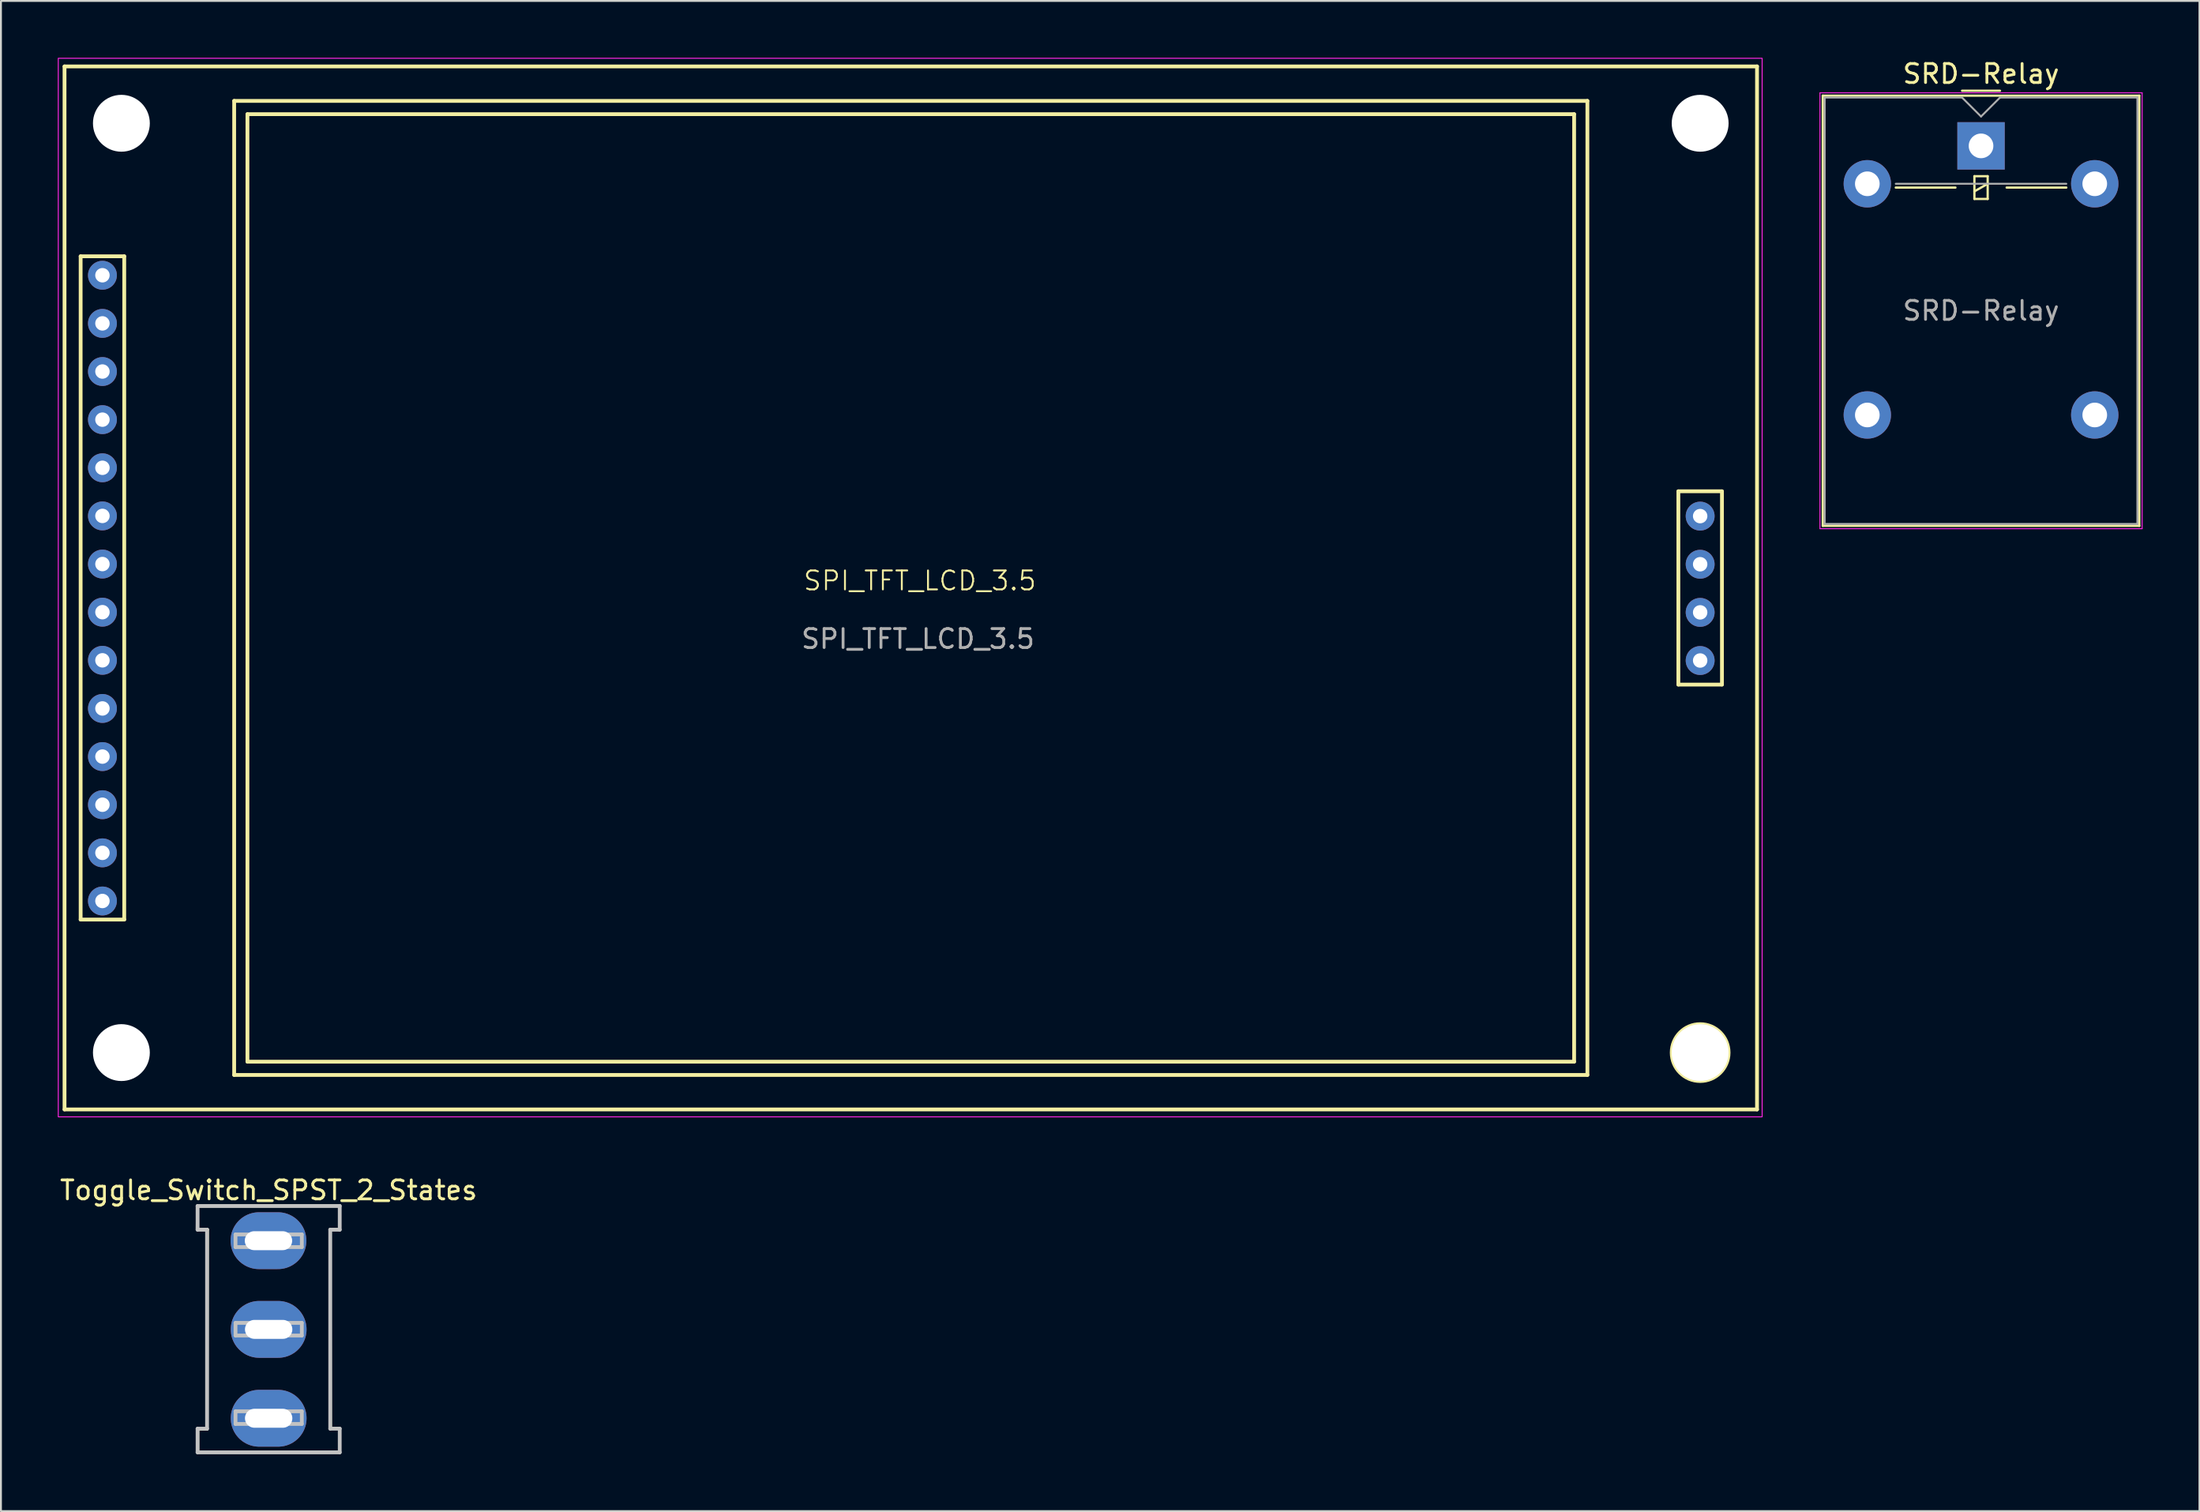
<source format=kicad_pcb>
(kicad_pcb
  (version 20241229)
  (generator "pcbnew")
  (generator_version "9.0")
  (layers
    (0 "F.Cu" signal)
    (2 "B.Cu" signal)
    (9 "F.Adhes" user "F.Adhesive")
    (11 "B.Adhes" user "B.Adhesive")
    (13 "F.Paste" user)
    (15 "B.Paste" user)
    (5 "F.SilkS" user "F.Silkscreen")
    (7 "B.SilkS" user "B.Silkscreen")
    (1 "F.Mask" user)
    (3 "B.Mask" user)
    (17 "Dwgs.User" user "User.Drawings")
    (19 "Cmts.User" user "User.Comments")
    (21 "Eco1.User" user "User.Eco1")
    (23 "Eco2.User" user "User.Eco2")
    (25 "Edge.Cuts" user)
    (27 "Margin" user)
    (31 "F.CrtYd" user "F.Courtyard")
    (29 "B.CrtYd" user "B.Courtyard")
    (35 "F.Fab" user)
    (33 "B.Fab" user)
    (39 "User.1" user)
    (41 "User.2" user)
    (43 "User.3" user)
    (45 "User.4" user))
  (footprint "SPI_TFT_LCD_3.5"
    (layer "F.Cu")
    (at 45.345 28.385)
    (property "Reference" "SPI_TFT_LCD_3.5" (at 0.14 -0.79 0) (unlocked yes) (layer "F.SilkS") (effects (font (size 1 1) (thickness 0.1))))
    (attr through_hole)
    (fp_line (start -44.99 -27.93) (end 44.31 -27.93) (stroke (width 0.2) (type solid)) (layer "F.SilkS"))
    (fp_line (start -44.99 27.11) (end -44.99 -27.93) (stroke (width 0.2) (type solid)) (layer "F.SilkS"))
    (fp_line (start -44.14 -17.91) (end -41.84 -17.91) (stroke (width 0.2) (type solid)) (layer "F.SilkS"))
    (fp_line (start -44.14 17.09) (end -44.14 -17.91) (stroke (width 0.2) (type solid)) (layer "F.SilkS"))
    (fp_line (start -41.84 -17.91) (end -41.84 17.09) (stroke (width 0.2) (type solid)) (layer "F.SilkS"))
    (fp_line (start -41.84 17.09) (end -44.14 17.09) (stroke (width 0.2) (type solid)) (layer "F.SilkS"))
    (fp_line (start -36.04 -26.11) (end -36.04 25.29) (stroke (width 0.2) (type solid)) (layer "F.SilkS"))
    (fp_line (start -36.04 25.29) (end 35.36 25.29) (stroke (width 0.2) (type solid)) (layer "F.SilkS"))
    (fp_line (start -35.34 -25.41) (end -35.34 24.59) (stroke (width 0.2) (type solid)) (layer "F.SilkS"))
    (fp_line (start -35.34 24.59) (end 34.66 24.59) (stroke (width 0.2) (type solid)) (layer "F.SilkS"))
    (fp_line (start 34.66 -25.41) (end -35.34 -25.41) (stroke (width 0.2) (type solid)) (layer "F.SilkS"))
    (fp_line (start 34.66 24.59) (end 34.66 -25.41) (stroke (width 0.2) (type solid)) (layer "F.SilkS"))
    (fp_line (start 35.36 -26.11) (end -36.04 -26.11) (stroke (width 0.2) (type solid)) (layer "F.SilkS"))
    (fp_line (start 35.36 25.29) (end 35.36 -26.11) (stroke (width 0.2) (type solid)) (layer "F.SilkS"))
    (fp_line (start 40.16 -5.51) (end 42.46 -5.51) (stroke (width 0.2) (type solid)) (layer "F.SilkS"))
    (fp_line (start 40.16 4.69) (end 40.16 -5.51) (stroke (width 0.2) (type solid)) (layer "F.SilkS"))
    (fp_line (start 42.46 -5.51) (end 42.46 4.69) (stroke (width 0.2) (type solid)) (layer "F.SilkS"))
    (fp_line (start 42.46 4.69) (end 40.16 4.69) (stroke (width 0.2) (type solid)) (layer "F.SilkS"))
    (fp_line (start 44.31 -27.93) (end 44.31 27.11) (stroke (width 0.2) (type solid)) (layer "F.SilkS"))
    (fp_line (start 44.31 27.11) (end -44.99 27.11) (stroke (width 0.2) (type solid)) (layer "F.SilkS"))
    (fp_circle (center 41.31 24.11) (end 42.81 24.11) (stroke (width 0.2) (type solid)) (fill no) (layer "F.SilkS"))
    (fp_rect (start -45.32 -28.36) (end 44.58 27.5) (stroke (width 0.05) (type default)) (fill no) (layer "F.CrtYd"))
    (fp_text user "${REFERENCE}" (at 0.04 2.28 0) (unlocked yes) (layer "F.Fab") (effects (font (size 1 1) (thickness 0.15))))
    (pad "" np_thru_hole circle (at -41.99 -24.93) (size 3 3) (drill 3) (layers "*.Cu" "*.Mask"))
    (pad "" np_thru_hole circle (at -41.99 24.11) (size 3 3) (drill 3) (layers "*.Cu" "*.Mask"))
    (pad "" np_thru_hole circle (at 41.31 -24.93) (size 3 3) (drill 3) (layers "*.Cu" "*.Mask"))
    (pad "" np_thru_hole circle (at 41.31 24.11) (size 3 3) (drill 3) (layers "*.Cu" "*.Mask"))
    (pad "1" thru_hole circle (at -42.99 -16.91) (size 1.524 1.524) (drill 0.762) (layers "*.Cu" "*.Mask"))
    (pad "2" thru_hole circle (at -42.99 -14.37) (size 1.524 1.524) (drill 0.762) (layers "*.Cu" "*.Mask"))
    (pad "3" thru_hole circle (at -42.99 -11.83) (size 1.524 1.524) (drill 0.762) (layers "*.Cu" "*.Mask"))
    (pad "4" thru_hole circle (at -42.99 -9.29) (size 1.524 1.524) (drill 0.762) (layers "*.Cu" "*.Mask"))
    (pad "5" thru_hole circle (at -42.99 -6.75) (size 1.524 1.524) (drill 0.762) (layers "*.Cu" "*.Mask"))
    (pad "6" thru_hole circle (at -42.99 -4.21) (size 1.524 1.524) (drill 0.762) (layers "*.Cu" "*.Mask"))
    (pad "7" thru_hole circle (at -42.99 -1.67) (size 1.524 1.524) (drill 0.762) (layers "*.Cu" "*.Mask"))
    (pad "8" thru_hole circle (at -42.99 0.87) (size 1.524 1.524) (drill 0.762) (layers "*.Cu" "*.Mask"))
    (pad "9" thru_hole circle (at -42.99 3.41) (size 1.524 1.524) (drill 0.762) (layers "*.Cu" "*.Mask"))
    (pad "10" thru_hole circle (at -42.99 5.95) (size 1.524 1.524) (drill 0.762) (layers "*.Cu" "*.Mask"))
    (pad "11" thru_hole circle (at -42.99 8.49) (size 1.524 1.524) (drill 0.762) (layers "*.Cu" "*.Mask"))
    (pad "12" thru_hole circle (at -42.99 11.03) (size 1.524 1.524) (drill 0.762) (layers "*.Cu" "*.Mask"))
    (pad "13" thru_hole circle (at -42.99 13.57) (size 1.524 1.524) (drill 0.762) (layers "*.Cu" "*.Mask"))
    (pad "14" thru_hole circle (at -42.99 16.11) (size 1.524 1.524) (drill 0.762) (layers "*.Cu" "*.Mask"))
    (pad "15" thru_hole circle (at 41.31 -4.2) (size 1.524 1.524) (drill 0.762) (layers "*.Cu" "*.Mask"))
    (pad "16" thru_hole circle (at 41.31 -1.66) (size 1.524 1.524) (drill 0.762) (layers "*.Cu" "*.Mask"))
    (pad "17" thru_hole circle (at 41.31 0.88) (size 1.524 1.524) (drill 0.762) (layers "*.Cu" "*.Mask"))
    (pad "18" thru_hole circle (at 41.31 3.42) (size 1.524 1.524) (drill 0.762) (layers "*.Cu" "*.Mask")))
  (footprint "SRD-Relay"
    (layer "F.Cu")
    (at 101.475 4.648)
    (property "Reference" "SRD-Relay" (at 0 -3.8 0) (layer "F.SilkS") (effects (font (size 1 1) (thickness 0.15))))
    (attr through_hole)
    (fp_line (start -8.35 -2.65) (end -8.35 20.05) (stroke (width 0.12) (type solid)) (layer "F.SilkS"))
    (fp_line (start -8.35 20.05) (end 8.35 20.05) (stroke (width 0.12) (type solid)) (layer "F.SilkS"))
    (fp_line (start -4.5 2.2) (end -1.35 2.2) (stroke (width 0.12) (type solid)) (layer "F.SilkS"))
    (fp_line (start -1 -2.91) (end 1 -2.91) (stroke (width 0.12) (type solid)) (layer "F.SilkS"))
    (fp_line (start -0.35 1.6) (end -0.35 2.8) (stroke (width 0.12) (type solid)) (layer "F.SilkS"))
    (fp_line (start -0.35 2.4) (end 0.35 2) (stroke (width 0.12) (type solid)) (layer "F.SilkS"))
    (fp_line (start -0.35 2.8) (end 0.35 2.8) (stroke (width 0.12) (type solid)) (layer "F.SilkS"))
    (fp_line (start 0.35 1.6) (end -0.35 1.6) (stroke (width 0.12) (type solid)) (layer "F.SilkS"))
    (fp_line (start 0.35 2.8) (end 0.35 1.6) (stroke (width 0.12) (type solid)) (layer "F.SilkS"))
    (fp_line (start 1.35 2.2) (end 4.5 2.2) (stroke (width 0.12) (type solid)) (layer "F.SilkS"))
    (fp_line (start 8.35 -2.65) (end -8.35 -2.65) (stroke (width 0.12) (type solid)) (layer "F.SilkS"))
    (fp_line (start 8.35 20.05) (end 8.35 -2.65) (stroke (width 0.12) (type solid)) (layer "F.SilkS"))
    (fp_line (start -8.5 -2.8) (end -8.5 20.2) (stroke (width 0.05) (type solid)) (layer "F.CrtYd"))
    (fp_line (start -8.5 20.2) (end 8.5 20.2) (stroke (width 0.05) (type solid)) (layer "F.CrtYd"))
    (fp_line (start 8.5 -2.8) (end -8.5 -2.8) (stroke (width 0.05) (type solid)) (layer "F.CrtYd"))
    (fp_line (start 8.5 20.2) (end 8.5 -2.8) (stroke (width 0.05) (type solid)) (layer "F.CrtYd"))
    (fp_line (start -8.25 -2.55) (end -1 -2.55) (stroke (width 0.1) (type solid)) (layer "F.Fab"))
    (fp_line (start -8.25 19.95) (end -8.25 -2.55) (stroke (width 0.1) (type solid)) (layer "F.Fab"))
    (fp_line (start -4.5 2) (end 4.5 2) (stroke (width 0.1) (type solid)) (layer "F.Fab"))
    (fp_line (start -1 -2.55) (end 0 -1.55) (stroke (width 0.1) (type solid)) (layer "F.Fab"))
    (fp_line (start 0 -1.55) (end 1 -2.55) (stroke (width 0.1) (type solid)) (layer "F.Fab"))
    (fp_line (start 1 -2.55) (end 8.25 -2.55) (stroke (width 0.1) (type solid)) (layer "F.Fab"))
    (fp_line (start 8.25 -2.55) (end 8.25 19.95) (stroke (width 0.1) (type solid)) (layer "F.Fab"))
    (fp_line (start 8.25 19.95) (end -8.25 19.95) (stroke (width 0.1) (type solid)) (layer "F.Fab"))
    (fp_text user "${REFERENCE}" (at 0 8.7 0) (layer "F.Fab") (effects (font (size 1 1) (thickness 0.15))))
    (pad "1" thru_hole rect (at 0 0) (size 2.5 2.5) (drill 1.3) (layers "*.Cu" "*.Mask"))
    (pad "2" thru_hole oval (at -6 2) (size 2.5 2.5) (drill 1.3) (layers "*.Cu" "*.Mask"))
    (pad "3" thru_hole oval (at -6 14.2) (size 2.5 2.5) (drill 1.3) (layers "*.Cu" "*.Mask"))
    (pad "4" thru_hole oval (at 6 14.2) (size 2.5 2.5) (drill 1.3) (layers "*.Cu" "*.Mask"))
    (pad "5" thru_hole oval (at 6 2) (size 2.5 2.5) (drill 1.3) (layers "*.Cu" "*.Mask")))
  (footprint "Toggle_Switch_SPST_2_States"
    (layer "F.Cu")
    (at 11.125 67.158)
    (property "Reference" "Toggle_Switch_SPST_2_States" (at 0 -7.4 0) (layer "F.SilkS") (effects (font (size 1 1) (thickness 0.15))))
    (attr through_hole)
    (fp_line (start -3.76 -6.567) (end -3.77 -5.347) (stroke (width 0.15) (type solid)) (layer "F.SilkS"))
    (fp_line (start -3.76 -6.567) (end 3.75 -6.577) (stroke (width 0.15) (type solid)) (layer "F.SilkS"))
    (fp_line (start -3.74 5.203) (end -3.25 5.203) (stroke (width 0.15) (type solid)) (layer "F.SilkS"))
    (fp_line (start -3.74 6.433) (end -3.74 5.203) (stroke (width 0.15) (type solid)) (layer "F.SilkS"))
    (fp_line (start -3.25 5.203) (end -3.23 -5.327) (stroke (width 0.15) (type solid)) (layer "F.SilkS"))
    (fp_line (start -3.23 -5.327) (end -3.75 -5.327) (stroke (width 0.15) (type solid)) (layer "F.SilkS"))
    (fp_line (start 3.24 -5.327) (end 3.26 5.173) (stroke (width 0.15) (type solid)) (layer "F.SilkS"))
    (fp_line (start 3.26 5.173) (end 3.74 5.173) (stroke (width 0.15) (type solid)) (layer "F.SilkS"))
    (fp_line (start 3.74 5.173) (end 3.75 6.433) (stroke (width 0.15) (type solid)) (layer "F.SilkS"))
    (fp_line (start 3.75 -6.577) (end 3.75 -5.327) (stroke (width 0.15) (type solid)) (layer "F.SilkS"))
    (fp_line (start 3.75 -5.327) (end 3.24 -5.327) (stroke (width 0.15) (type solid)) (layer "F.SilkS"))
    (fp_line (start 3.75 6.433) (end -3.74 6.433) (stroke (width 0.15) (type solid)) (layer "F.SilkS"))
    (fp_line (start -3.75 -6.567) (end -3.75 -5.317) (stroke (width 0.2) (type solid)) (layer "Dwgs.User"))
    (fp_line (start -3.75 -5.317) (end -3.25 -5.317) (stroke (width 0.2) (type solid)) (layer "Dwgs.User"))
    (fp_line (start -3.75 5.183) (end -3.75 6.433) (stroke (width 0.2) (type solid)) (layer "Dwgs.User"))
    (fp_line (start -3.75 6.433) (end 3.75 6.433) (stroke (width 0.2) (type solid)) (layer "Dwgs.User"))
    (fp_line (start -3.25 -5.317) (end -3.25 5.183) (stroke (width 0.2) (type solid)) (layer "Dwgs.User"))
    (fp_line (start -3.25 5.183) (end -3.75 5.183) (stroke (width 0.2) (type solid)) (layer "Dwgs.User"))
    (fp_line (start -1.75 -5.067) (end 1.75 -5.067) (stroke (width 0.2) (type solid)) (layer "Dwgs.User"))
    (fp_line (start -1.75 -4.4) (end -1.75 -5.067) (stroke (width 0.2) (type solid)) (layer "Dwgs.User"))
    (fp_line (start -1.75 -0.4) (end 1.75 -0.4) (stroke (width 0.2) (type solid)) (layer "Dwgs.User"))
    (fp_line (start -1.75 0.267) (end -1.75 -0.4) (stroke (width 0.2) (type solid)) (layer "Dwgs.User"))
    (fp_line (start -1.75 4.267) (end 1.75 4.267) (stroke (width 0.2) (type solid)) (layer "Dwgs.User"))
    (fp_line (start -1.75 4.933) (end -1.75 4.267) (stroke (width 0.2) (type solid)) (layer "Dwgs.User"))
    (fp_line (start 1.75 -5.067) (end 1.75 -4.4) (stroke (width 0.2) (type solid)) (layer "Dwgs.User"))
    (fp_line (start 1.75 -4.4) (end -1.75 -4.4) (stroke (width 0.2) (type solid)) (layer "Dwgs.User"))
    (fp_line (start 1.75 -0.4) (end 1.75 0.267) (stroke (width 0.2) (type solid)) (layer "Dwgs.User"))
    (fp_line (start 1.75 0.267) (end -1.75 0.267) (stroke (width 0.2) (type solid)) (layer "Dwgs.User"))
    (fp_line (start 1.75 4.267) (end 1.75 4.933) (stroke (width 0.2) (type solid)) (layer "Dwgs.User"))
    (fp_line (start 1.75 4.933) (end -1.75 4.933) (stroke (width 0.2) (type solid)) (layer "Dwgs.User"))
    (fp_line (start 3.25 -5.317) (end 3.75 -5.317) (stroke (width 0.2) (type solid)) (layer "Dwgs.User"))
    (fp_line (start 3.25 5.183) (end 3.25 -5.317) (stroke (width 0.2) (type solid)) (layer "Dwgs.User"))
    (fp_line (start 3.75 -6.567) (end -3.75 -6.567) (stroke (width 0.2) (type solid)) (layer "Dwgs.User"))
    (fp_line (start 3.75 -5.317) (end 3.75 -6.567) (stroke (width 0.2) (type solid)) (layer "Dwgs.User"))
    (fp_line (start 3.75 5.183) (end 3.25 5.183) (stroke (width 0.2) (type solid)) (layer "Dwgs.User"))
    (fp_line (start 3.75 6.433) (end 3.75 5.183) (stroke (width 0.2) (type solid)) (layer "Dwgs.User"))
    (pad "1" thru_hole oval (at 0 -0.057 90) (size 3 4) (drill oval 1 2.5) (layers "*.Cu" "*.Mask"))
    (pad "2" thru_hole oval (at -0.01 -4.737 90) (size 3 4) (drill oval 1 2.5) (layers "*.Cu" "*.Mask"))
    (pad "3" thru_hole oval (at 0 4.633 90) (size 3 4) (drill oval 1 2.5) (layers "*.Cu" "*.Mask")))
  (gr_rect
    (start -3 -3)
    (end 113 76.692)
    (stroke (width 0.1) (type default))
    (fill no)
    (layer "Edge.Cuts")))
</source>
